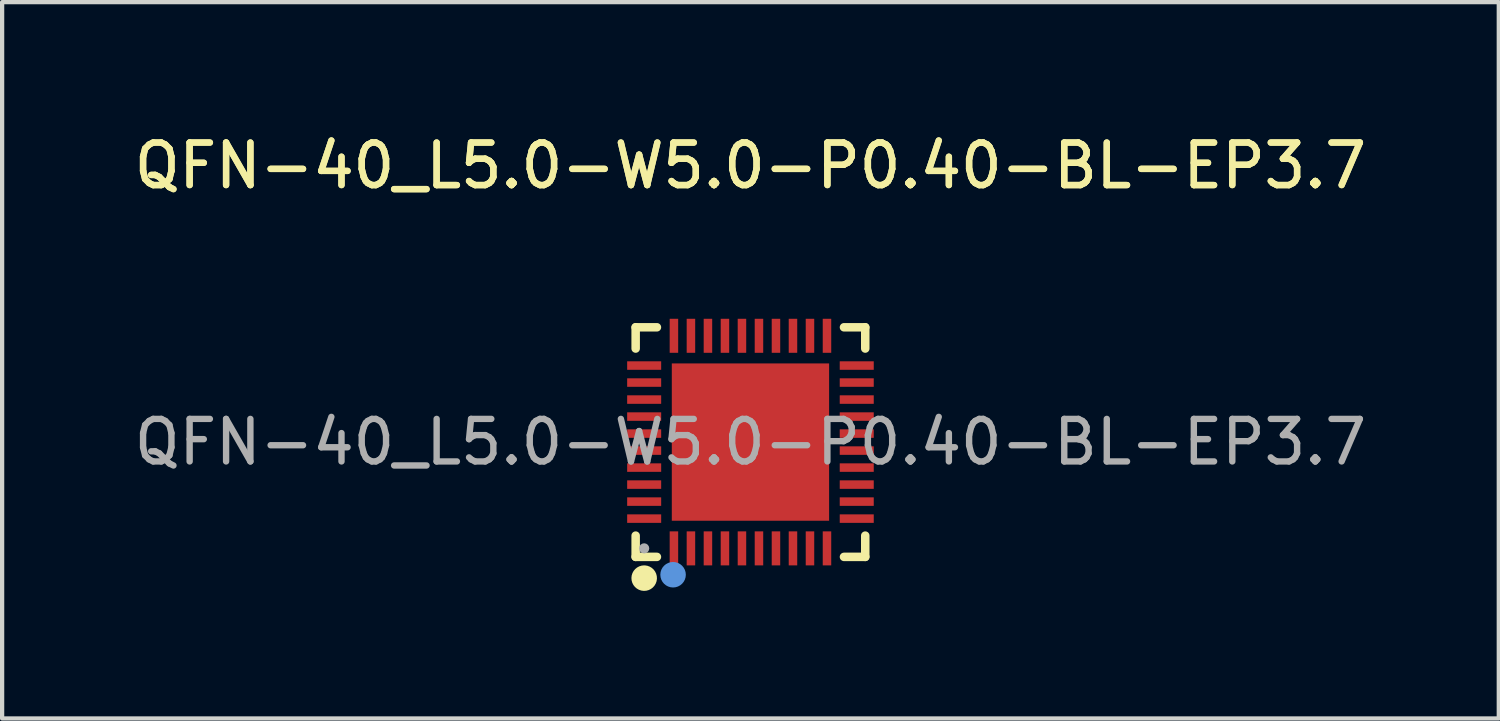
<source format=kicad_pcb>
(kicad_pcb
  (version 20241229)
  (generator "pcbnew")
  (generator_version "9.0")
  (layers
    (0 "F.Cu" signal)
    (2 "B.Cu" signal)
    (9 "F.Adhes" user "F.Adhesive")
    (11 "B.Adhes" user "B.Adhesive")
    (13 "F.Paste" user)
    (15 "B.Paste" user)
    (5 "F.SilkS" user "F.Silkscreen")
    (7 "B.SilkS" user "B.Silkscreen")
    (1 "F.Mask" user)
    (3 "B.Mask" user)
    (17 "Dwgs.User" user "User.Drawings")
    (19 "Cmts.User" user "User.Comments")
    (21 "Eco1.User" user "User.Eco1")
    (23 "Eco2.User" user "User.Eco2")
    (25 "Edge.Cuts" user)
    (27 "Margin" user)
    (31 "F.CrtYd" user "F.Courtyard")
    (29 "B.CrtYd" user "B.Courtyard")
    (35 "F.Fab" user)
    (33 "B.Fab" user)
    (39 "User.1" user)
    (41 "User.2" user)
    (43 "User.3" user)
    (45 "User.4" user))
  (footprint "QFN-40_L5.0-W5.0-P0.40-BL-EP3.7"
    (layer "F.Cu")
    (at 14.601 7.348)
    (property "Reference" "QFN-40_L5.0-W5.0-P0.40-BL-EP3.7" (at 0 -6.5 0) (layer "F.SilkS") (effects (font (size 1 1) (thickness 0.15))))
    (attr smd)
    (fp_line (start -2.7 -2.7) (end -2.7 -2.2) (stroke (width 0.2) (type solid)) (layer "F.SilkS"))
    (fp_line (start -2.7 2.7) (end -2.7 2.2) (stroke (width 0.2) (type solid)) (layer "F.SilkS"))
    (fp_line (start -2.2 -2.7) (end -2.7 -2.7) (stroke (width 0.2) (type solid)) (layer "F.SilkS"))
    (fp_line (start -2.2 2.7) (end -2.7 2.7) (stroke (width 0.2) (type solid)) (layer "F.SilkS"))
    (fp_line (start 2.7 -2.7) (end 2.2 -2.7) (stroke (width 0.2) (type solid)) (layer "F.SilkS"))
    (fp_line (start 2.7 -2.2) (end 2.7 -2.7) (stroke (width 0.2) (type solid)) (layer "F.SilkS"))
    (fp_line (start 2.7 2.2) (end 2.7 2.7) (stroke (width 0.2) (type solid)) (layer "F.SilkS"))
    (fp_line (start 2.7 2.7) (end 2.2 2.7) (stroke (width 0.2) (type solid)) (layer "F.SilkS"))
    (fp_arc (start -2.49 3.05) (mid -2.504995 3.35025) (end -2.500016 3.049667) (stroke (width 0.3) (type solid)) (layer "F.SilkS"))
    (fp_circle (center -1.82 3.12) (end -1.67 3.12) (stroke (width 0.3) (type solid)) (fill no) (layer "Cmts.User"))
    (fp_circle (center -2.5 2.5) (end -2.44 2.5) (stroke (width 0.12) (type solid)) (fill no) (layer "F.Fab"))
    (fp_text user "${REFERENCE}" (at 0 -6.5 0) (layer "F.SilkS") (effects (font (size 1 1) (thickness 0.15))))
    (fp_text user "${REFERENCE}" (at 0 0 0) (layer "F.Fab") (effects (font (size 1 1) (thickness 0.15))))
    (pad "1" smd rect (at -1.8 2.5) (size 0.2 0.8) (layers "F.Cu" "F.Mask" "F.Paste"))
    (pad "2" smd rect (at -1.4 2.5) (size 0.2 0.8) (layers "F.Cu" "F.Mask" "F.Paste"))
    (pad "3" smd rect (at -1 2.5) (size 0.2 0.8) (layers "F.Cu" "F.Mask" "F.Paste"))
    (pad "4" smd rect (at -0.6 2.5) (size 0.2 0.8) (layers "F.Cu" "F.Mask" "F.Paste"))
    (pad "5" smd rect (at -0.2 2.5) (size 0.2 0.8) (layers "F.Cu" "F.Mask" "F.Paste"))
    (pad "6" smd rect (at 0.2 2.5) (size 0.2 0.8) (layers "F.Cu" "F.Mask" "F.Paste"))
    (pad "7" smd rect (at 0.6 2.5) (size 0.2 0.8) (layers "F.Cu" "F.Mask" "F.Paste"))
    (pad "8" smd rect (at 1 2.5) (size 0.2 0.8) (layers "F.Cu" "F.Mask" "F.Paste"))
    (pad "9" smd rect (at 1.4 2.5) (size 0.2 0.8) (layers "F.Cu" "F.Mask" "F.Paste"))
    (pad "10" smd rect (at 1.8 2.5) (size 0.2 0.8) (layers "F.Cu" "F.Mask" "F.Paste"))
    (pad "11" smd rect (at 2.5 1.8) (size 0.8 0.2) (layers "F.Cu" "F.Mask" "F.Paste"))
    (pad "12" smd rect (at 2.5 1.4) (size 0.8 0.2) (layers "F.Cu" "F.Mask" "F.Paste"))
    (pad "13" smd rect (at 2.5 1) (size 0.8 0.2) (layers "F.Cu" "F.Mask" "F.Paste"))
    (pad "14" smd rect (at 2.5 0.6) (size 0.8 0.2) (layers "F.Cu" "F.Mask" "F.Paste"))
    (pad "15" smd rect (at 2.5 0.2) (size 0.8 0.2) (layers "F.Cu" "F.Mask" "F.Paste"))
    (pad "16" smd rect (at 2.5 -0.2) (size 0.8 0.2) (layers "F.Cu" "F.Mask" "F.Paste"))
    (pad "17" smd rect (at 2.5 -0.6) (size 0.8 0.2) (layers "F.Cu" "F.Mask" "F.Paste"))
    (pad "18" smd rect (at 2.5 -1) (size 0.8 0.2) (layers "F.Cu" "F.Mask" "F.Paste"))
    (pad "19" smd rect (at 2.5 -1.4) (size 0.8 0.2) (layers "F.Cu" "F.Mask" "F.Paste"))
    (pad "20" smd rect (at 2.5 -1.8) (size 0.8 0.2) (layers "F.Cu" "F.Mask" "F.Paste"))
    (pad "21" smd rect (at 1.8 -2.5) (size 0.2 0.8) (layers "F.Cu" "F.Mask" "F.Paste"))
    (pad "22" smd rect (at 1.4 -2.5) (size 0.2 0.8) (layers "F.Cu" "F.Mask" "F.Paste"))
    (pad "23" smd rect (at 1 -2.5) (size 0.2 0.8) (layers "F.Cu" "F.Mask" "F.Paste"))
    (pad "24" smd rect (at 0.6 -2.5) (size 0.2 0.8) (layers "F.Cu" "F.Mask" "F.Paste"))
    (pad "25" smd rect (at 0.2 -2.5) (size 0.2 0.8) (layers "F.Cu" "F.Mask" "F.Paste"))
    (pad "26" smd rect (at -0.2 -2.5) (size 0.2 0.8) (layers "F.Cu" "F.Mask" "F.Paste"))
    (pad "27" smd rect (at -0.6 -2.5) (size 0.2 0.8) (layers "F.Cu" "F.Mask" "F.Paste"))
    (pad "28" smd rect (at -1 -2.5) (size 0.2 0.8) (layers "F.Cu" "F.Mask" "F.Paste"))
    (pad "29" smd rect (at -1.4 -2.5) (size 0.2 0.8) (layers "F.Cu" "F.Mask" "F.Paste"))
    (pad "30" smd rect (at -1.8 -2.5) (size 0.2 0.8) (layers "F.Cu" "F.Mask" "F.Paste"))
    (pad "31" smd rect (at -2.5 -1.8) (size 0.8 0.2) (layers "F.Cu" "F.Mask" "F.Paste"))
    (pad "32" smd rect (at -2.5 -1.4) (size 0.8 0.2) (layers "F.Cu" "F.Mask" "F.Paste"))
    (pad "33" smd rect (at -2.5 -1) (size 0.8 0.2) (layers "F.Cu" "F.Mask" "F.Paste"))
    (pad "34" smd rect (at -2.5 -0.6) (size 0.8 0.2) (layers "F.Cu" "F.Mask" "F.Paste"))
    (pad "35" smd rect (at -2.5 -0.2) (size 0.8 0.2) (layers "F.Cu" "F.Mask" "F.Paste"))
    (pad "36" smd rect (at -2.5 0.2) (size 0.8 0.2) (layers "F.Cu" "F.Mask" "F.Paste"))
    (pad "37" smd rect (at -2.5 0.6) (size 0.8 0.2) (layers "F.Cu" "F.Mask" "F.Paste"))
    (pad "38" smd rect (at -2.5 1) (size 0.8 0.2) (layers "F.Cu" "F.Mask" "F.Paste"))
    (pad "39" smd rect (at -2.5 1.4) (size 0.8 0.2) (layers "F.Cu" "F.Mask" "F.Paste"))
    (pad "40" smd rect (at -2.5 1.8) (size 0.8 0.2) (layers "F.Cu" "F.Mask" "F.Paste"))
    (pad "41" smd rect (at 0 0) (size 3.7 3.7) (layers "F.Cu" "F.Mask" "F.Paste")))
  (gr_rect
    (start -3 -3)
    (end 32.202 13.849)
    (stroke (width 0.1) (type default))
    (fill no)
    (layer "Edge.Cuts")))
</source>
